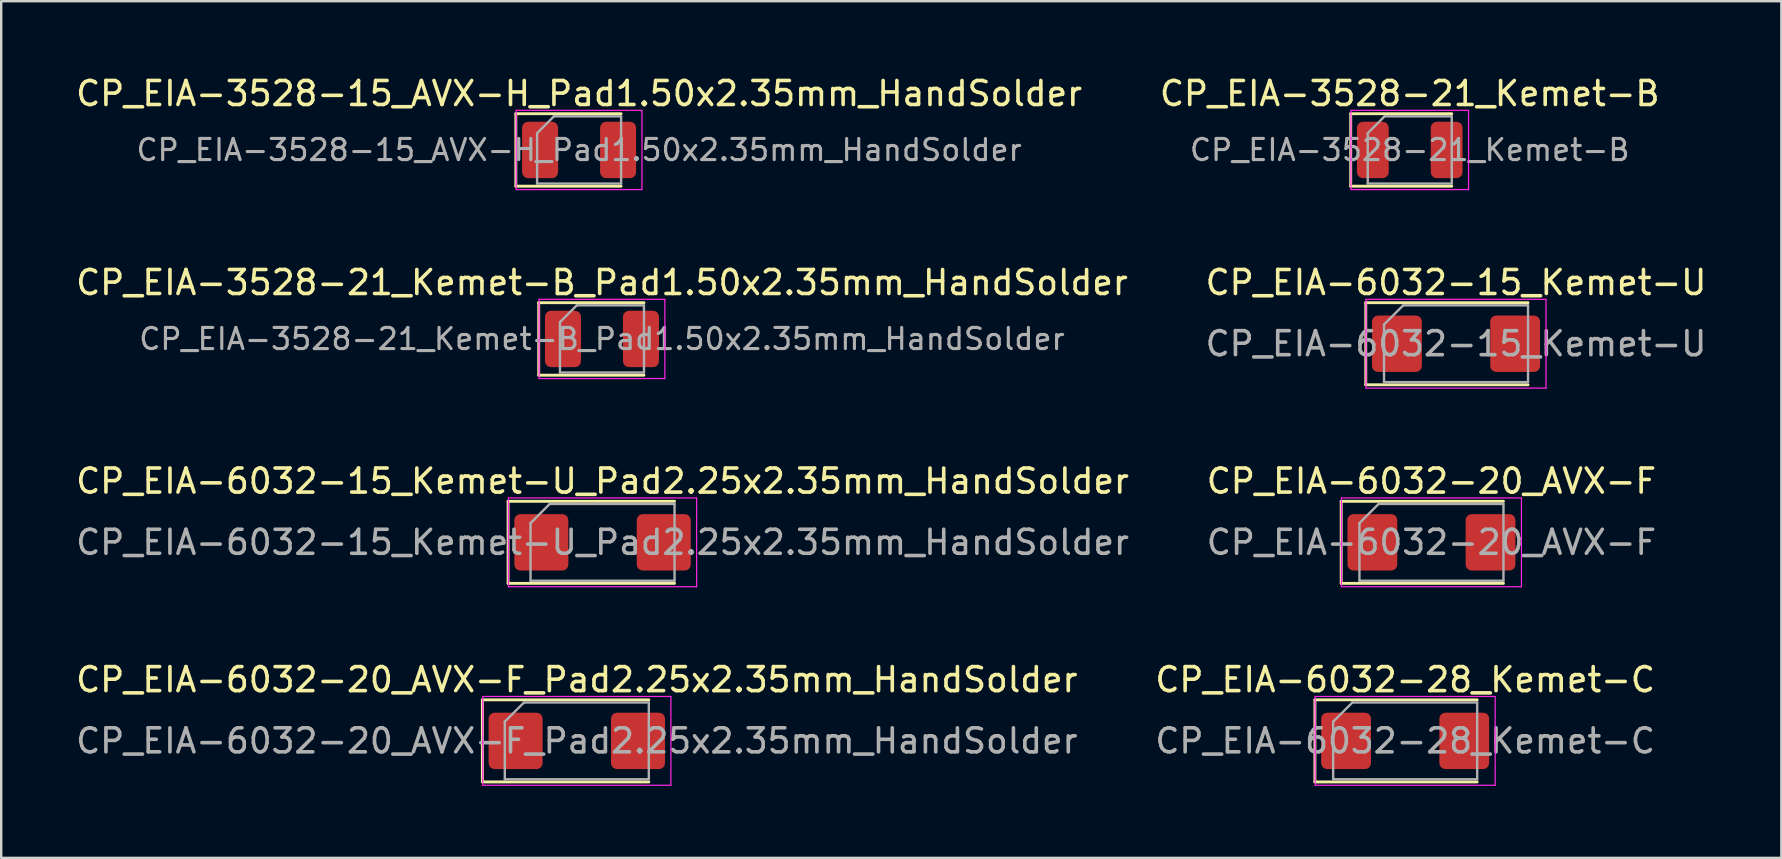
<source format=kicad_pcb>
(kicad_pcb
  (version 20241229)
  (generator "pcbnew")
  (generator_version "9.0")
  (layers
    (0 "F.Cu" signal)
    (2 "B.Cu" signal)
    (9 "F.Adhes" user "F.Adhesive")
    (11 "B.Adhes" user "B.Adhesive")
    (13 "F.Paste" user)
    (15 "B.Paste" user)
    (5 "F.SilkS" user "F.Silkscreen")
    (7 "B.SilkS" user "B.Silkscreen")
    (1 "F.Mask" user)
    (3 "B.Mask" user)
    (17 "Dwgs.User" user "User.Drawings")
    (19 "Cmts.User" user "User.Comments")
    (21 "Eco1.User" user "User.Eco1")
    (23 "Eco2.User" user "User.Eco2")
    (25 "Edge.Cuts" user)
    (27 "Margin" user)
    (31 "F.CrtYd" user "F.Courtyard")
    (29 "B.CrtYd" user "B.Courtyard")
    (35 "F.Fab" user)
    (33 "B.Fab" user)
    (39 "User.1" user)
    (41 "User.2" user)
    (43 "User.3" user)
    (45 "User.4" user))
  (footprint "CP_EIA-6032-28_Kemet-C"
    (layer "F.Cu")
    (at 55.494 27.818)
    (property "Reference" "CP_EIA-6032-28_Kemet-C" (at 0 -2.55 0) (layer "F.SilkS") (effects (font (size 1 1) (thickness 0.15))))
    (attr smd)
    (fp_line (start -3.76 -1.71) (end -3.76 1.71) (stroke (width 0.12) (type solid)) (layer "F.SilkS"))
    (fp_line (start -3.76 1.71) (end 3 1.71) (stroke (width 0.12) (type solid)) (layer "F.SilkS"))
    (fp_line (start 3 -1.71) (end -3.76 -1.71) (stroke (width 0.12) (type solid)) (layer "F.SilkS"))
    (fp_line (start -3.75 -1.85) (end 3.75 -1.85) (stroke (width 0.05) (type solid)) (layer "F.CrtYd"))
    (fp_line (start -3.75 1.85) (end -3.75 -1.85) (stroke (width 0.05) (type solid)) (layer "F.CrtYd"))
    (fp_line (start 3.75 -1.85) (end 3.75 1.85) (stroke (width 0.05) (type solid)) (layer "F.CrtYd"))
    (fp_line (start 3.75 1.85) (end -3.75 1.85) (stroke (width 0.05) (type solid)) (layer "F.CrtYd"))
    (fp_line (start -3 -0.8) (end -3 1.6) (stroke (width 0.1) (type solid)) (layer "F.Fab"))
    (fp_line (start -3 1.6) (end 3 1.6) (stroke (width 0.1) (type solid)) (layer "F.Fab"))
    (fp_line (start -2.2 -1.6) (end -3 -0.8) (stroke (width 0.1) (type solid)) (layer "F.Fab"))
    (fp_line (start 3 -1.6) (end -2.2 -1.6) (stroke (width 0.1) (type solid)) (layer "F.Fab"))
    (fp_line (start 3 1.6) (end 3 -1.6) (stroke (width 0.1) (type solid)) (layer "F.Fab"))
    (fp_text user "${REFERENCE}" (at 0 0 0) (layer "F.Fab") (effects (font (size 1 1) (thickness 0.15))))
    (pad "1" smd roundrect (at -2.462 0) (size 2.075 2.35) (layers "F.Cu" "F.Mask" "F.Paste") (roundrect_rratio 0.12))
    (pad "2" smd roundrect (at 2.462 0) (size 2.075 2.35) (layers "F.Cu" "F.Mask" "F.Paste") (roundrect_rratio 0.12)))
  (footprint "CP_EIA-3528-21_Kemet-B_Pad1.50x2.35mm_HandSolder"
    (layer "F.Cu")
    (at 22.03 11.072)
    (property "Reference" "CP_EIA-3528-21_Kemet-B_Pad1.50x2.35mm_HandSolder" (at 0 -2.35 0) (layer "F.SilkS") (effects (font (size 1 1) (thickness 0.15))))
    (attr smd)
    (fp_line (start -2.635 -1.51) (end -2.635 1.51) (stroke (width 0.12) (type solid)) (layer "F.SilkS"))
    (fp_line (start -2.635 1.51) (end 1.75 1.51) (stroke (width 0.12) (type solid)) (layer "F.SilkS"))
    (fp_line (start 1.75 -1.51) (end -2.635 -1.51) (stroke (width 0.12) (type solid)) (layer "F.SilkS"))
    (fp_line (start -2.62 -1.65) (end 2.62 -1.65) (stroke (width 0.05) (type solid)) (layer "F.CrtYd"))
    (fp_line (start -2.62 1.65) (end -2.62 -1.65) (stroke (width 0.05) (type solid)) (layer "F.CrtYd"))
    (fp_line (start 2.62 -1.65) (end 2.62 1.65) (stroke (width 0.05) (type solid)) (layer "F.CrtYd"))
    (fp_line (start 2.62 1.65) (end -2.62 1.65) (stroke (width 0.05) (type solid)) (layer "F.CrtYd"))
    (fp_line (start -1.75 -0.7) (end -1.75 1.4) (stroke (width 0.1) (type solid)) (layer "F.Fab"))
    (fp_line (start -1.75 1.4) (end 1.75 1.4) (stroke (width 0.1) (type solid)) (layer "F.Fab"))
    (fp_line (start -1.05 -1.4) (end -1.75 -0.7) (stroke (width 0.1) (type solid)) (layer "F.Fab"))
    (fp_line (start 1.75 -1.4) (end -1.05 -1.4) (stroke (width 0.1) (type solid)) (layer "F.Fab"))
    (fp_line (start 1.75 1.4) (end 1.75 -1.4) (stroke (width 0.1) (type solid)) (layer "F.Fab"))
    (fp_text user "${REFERENCE}" (at 0 0 0) (layer "F.Fab") (effects (font (size 0.88 0.88) (thickness 0.13))))
    (pad "1" smd roundrect (at -1.625 0) (size 1.5 2.35) (layers "F.Cu" "F.Mask" "F.Paste") (roundrect_rratio 0.167))
    (pad "2" smd roundrect (at 1.625 0) (size 1.5 2.35) (layers "F.Cu" "F.Mask" "F.Paste") (roundrect_rratio 0.167)))
  (footprint "CP_EIA-6032-20_AVX-F"
    (layer "F.Cu")
    (at 56.589 19.545)
    (property "Reference" "CP_EIA-6032-20_AVX-F" (at 0 -2.55 0) (layer "F.SilkS") (effects (font (size 1 1) (thickness 0.15))))
    (attr smd)
    (fp_line (start -3.76 -1.71) (end -3.76 1.71) (stroke (width 0.12) (type solid)) (layer "F.SilkS"))
    (fp_line (start -3.76 1.71) (end 3 1.71) (stroke (width 0.12) (type solid)) (layer "F.SilkS"))
    (fp_line (start 3 -1.71) (end -3.76 -1.71) (stroke (width 0.12) (type solid)) (layer "F.SilkS"))
    (fp_line (start -3.75 -1.85) (end 3.75 -1.85) (stroke (width 0.05) (type solid)) (layer "F.CrtYd"))
    (fp_line (start -3.75 1.85) (end -3.75 -1.85) (stroke (width 0.05) (type solid)) (layer "F.CrtYd"))
    (fp_line (start 3.75 -1.85) (end 3.75 1.85) (stroke (width 0.05) (type solid)) (layer "F.CrtYd"))
    (fp_line (start 3.75 1.85) (end -3.75 1.85) (stroke (width 0.05) (type solid)) (layer "F.CrtYd"))
    (fp_line (start -3 -0.8) (end -3 1.6) (stroke (width 0.1) (type solid)) (layer "F.Fab"))
    (fp_line (start -3 1.6) (end 3 1.6) (stroke (width 0.1) (type solid)) (layer "F.Fab"))
    (fp_line (start -2.2 -1.6) (end -3 -0.8) (stroke (width 0.1) (type solid)) (layer "F.Fab"))
    (fp_line (start 3 -1.6) (end -2.2 -1.6) (stroke (width 0.1) (type solid)) (layer "F.Fab"))
    (fp_line (start 3 1.6) (end 3 -1.6) (stroke (width 0.1) (type solid)) (layer "F.Fab"))
    (fp_text user "${REFERENCE}" (at 0 0 0) (layer "F.Fab") (effects (font (size 1 1) (thickness 0.15))))
    (pad "1" smd roundrect (at -2.462 0) (size 2.075 2.35) (layers "F.Cu" "F.Mask" "F.Paste") (roundrect_rratio 0.12))
    (pad "2" smd roundrect (at 2.462 0) (size 2.075 2.35) (layers "F.Cu" "F.Mask" "F.Paste") (roundrect_rratio 0.12)))
  (footprint "CP_EIA-6032-20_AVX-F_Pad2.25x2.35mm_HandSolder"
    (layer "F.Cu")
    (at 20.982 27.818)
    (property "Reference" "CP_EIA-6032-20_AVX-F_Pad2.25x2.35mm_HandSolder" (at 0 -2.55 0) (layer "F.SilkS") (effects (font (size 1 1) (thickness 0.15))))
    (attr smd)
    (fp_line (start -3.935 -1.71) (end -3.935 1.71) (stroke (width 0.12) (type solid)) (layer "F.SilkS"))
    (fp_line (start -3.935 1.71) (end 3 1.71) (stroke (width 0.12) (type solid)) (layer "F.SilkS"))
    (fp_line (start 3 -1.71) (end -3.935 -1.71) (stroke (width 0.12) (type solid)) (layer "F.SilkS"))
    (fp_line (start -3.92 -1.85) (end 3.92 -1.85) (stroke (width 0.05) (type solid)) (layer "F.CrtYd"))
    (fp_line (start -3.92 1.85) (end -3.92 -1.85) (stroke (width 0.05) (type solid)) (layer "F.CrtYd"))
    (fp_line (start 3.92 -1.85) (end 3.92 1.85) (stroke (width 0.05) (type solid)) (layer "F.CrtYd"))
    (fp_line (start 3.92 1.85) (end -3.92 1.85) (stroke (width 0.05) (type solid)) (layer "F.CrtYd"))
    (fp_line (start -3 -0.8) (end -3 1.6) (stroke (width 0.1) (type solid)) (layer "F.Fab"))
    (fp_line (start -3 1.6) (end 3 1.6) (stroke (width 0.1) (type solid)) (layer "F.Fab"))
    (fp_line (start -2.2 -1.6) (end -3 -0.8) (stroke (width 0.1) (type solid)) (layer "F.Fab"))
    (fp_line (start 3 -1.6) (end -2.2 -1.6) (stroke (width 0.1) (type solid)) (layer "F.Fab"))
    (fp_line (start 3 1.6) (end 3 -1.6) (stroke (width 0.1) (type solid)) (layer "F.Fab"))
    (fp_text user "${REFERENCE}" (at 0 0 0) (layer "F.Fab") (effects (font (size 1 1) (thickness 0.15))))
    (pad "1" smd roundrect (at -2.55 0) (size 2.25 2.35) (layers "F.Cu" "F.Mask" "F.Paste") (roundrect_rratio 0.111))
    (pad "2" smd roundrect (at 2.55 0) (size 2.25 2.35) (layers "F.Cu" "F.Mask" "F.Paste") (roundrect_rratio 0.111)))
  (footprint "CP_EIA-6032-15_Kemet-U_Pad2.25x2.35mm_HandSolder"
    (layer "F.Cu")
    (at 22.054 19.545)
    (property "Reference" "CP_EIA-6032-15_Kemet-U_Pad2.25x2.35mm_HandSolder" (at 0 -2.55 0) (layer "F.SilkS") (effects (font (size 1 1) (thickness 0.15))))
    (attr smd)
    (fp_line (start -3.935 -1.71) (end -3.935 1.71) (stroke (width 0.12) (type solid)) (layer "F.SilkS"))
    (fp_line (start -3.935 1.71) (end 3 1.71) (stroke (width 0.12) (type solid)) (layer "F.SilkS"))
    (fp_line (start 3 -1.71) (end -3.935 -1.71) (stroke (width 0.12) (type solid)) (layer "F.SilkS"))
    (fp_line (start -3.92 -1.85) (end 3.92 -1.85) (stroke (width 0.05) (type solid)) (layer "F.CrtYd"))
    (fp_line (start -3.92 1.85) (end -3.92 -1.85) (stroke (width 0.05) (type solid)) (layer "F.CrtYd"))
    (fp_line (start 3.92 -1.85) (end 3.92 1.85) (stroke (width 0.05) (type solid)) (layer "F.CrtYd"))
    (fp_line (start 3.92 1.85) (end -3.92 1.85) (stroke (width 0.05) (type solid)) (layer "F.CrtYd"))
    (fp_line (start -3 -0.8) (end -3 1.6) (stroke (width 0.1) (type solid)) (layer "F.Fab"))
    (fp_line (start -3 1.6) (end 3 1.6) (stroke (width 0.1) (type solid)) (layer "F.Fab"))
    (fp_line (start -2.2 -1.6) (end -3 -0.8) (stroke (width 0.1) (type solid)) (layer "F.Fab"))
    (fp_line (start 3 -1.6) (end -2.2 -1.6) (stroke (width 0.1) (type solid)) (layer "F.Fab"))
    (fp_line (start 3 1.6) (end 3 -1.6) (stroke (width 0.1) (type solid)) (layer "F.Fab"))
    (fp_text user "${REFERENCE}" (at 0 0 0) (layer "F.Fab") (effects (font (size 1 1) (thickness 0.15))))
    (pad "1" smd roundrect (at -2.55 0) (size 2.25 2.35) (layers "F.Cu" "F.Mask" "F.Paste") (roundrect_rratio 0.111))
    (pad "2" smd roundrect (at 2.55 0) (size 2.25 2.35) (layers "F.Cu" "F.Mask" "F.Paste") (roundrect_rratio 0.111)))
  (footprint "CP_EIA-6032-15_Kemet-U"
    (layer "F.Cu")
    (at 57.613 11.271)
    (property "Reference" "CP_EIA-6032-15_Kemet-U" (at 0 -2.55 0) (layer "F.SilkS") (effects (font (size 1 1) (thickness 0.15))))
    (attr smd)
    (fp_line (start -3.76 -1.71) (end -3.76 1.71) (stroke (width 0.12) (type solid)) (layer "F.SilkS"))
    (fp_line (start -3.76 1.71) (end 3 1.71) (stroke (width 0.12) (type solid)) (layer "F.SilkS"))
    (fp_line (start 3 -1.71) (end -3.76 -1.71) (stroke (width 0.12) (type solid)) (layer "F.SilkS"))
    (fp_line (start -3.75 -1.85) (end 3.75 -1.85) (stroke (width 0.05) (type solid)) (layer "F.CrtYd"))
    (fp_line (start -3.75 1.85) (end -3.75 -1.85) (stroke (width 0.05) (type solid)) (layer "F.CrtYd"))
    (fp_line (start 3.75 -1.85) (end 3.75 1.85) (stroke (width 0.05) (type solid)) (layer "F.CrtYd"))
    (fp_line (start 3.75 1.85) (end -3.75 1.85) (stroke (width 0.05) (type solid)) (layer "F.CrtYd"))
    (fp_line (start -3 -0.8) (end -3 1.6) (stroke (width 0.1) (type solid)) (layer "F.Fab"))
    (fp_line (start -3 1.6) (end 3 1.6) (stroke (width 0.1) (type solid)) (layer "F.Fab"))
    (fp_line (start -2.2 -1.6) (end -3 -0.8) (stroke (width 0.1) (type solid)) (layer "F.Fab"))
    (fp_line (start 3 -1.6) (end -2.2 -1.6) (stroke (width 0.1) (type solid)) (layer "F.Fab"))
    (fp_line (start 3 1.6) (end 3 -1.6) (stroke (width 0.1) (type solid)) (layer "F.Fab"))
    (fp_text user "${REFERENCE}" (at 0 0 0) (layer "F.Fab") (effects (font (size 1 1) (thickness 0.15))))
    (pad "1" smd roundrect (at -2.462 0) (size 2.075 2.35) (layers "F.Cu" "F.Mask" "F.Paste") (roundrect_rratio 0.12))
    (pad "2" smd roundrect (at 2.462 0) (size 2.075 2.35) (layers "F.Cu" "F.Mask" "F.Paste") (roundrect_rratio 0.12)))
  (footprint "CP_EIA-3528-15_AVX-H_Pad1.50x2.35mm_HandSolder"
    (layer "F.Cu")
    (at 21.077 3.198)
    (property "Reference" "CP_EIA-3528-15_AVX-H_Pad1.50x2.35mm_HandSolder" (at 0 -2.35 0) (layer "F.SilkS") (effects (font (size 1 1) (thickness 0.15))))
    (attr smd)
    (fp_line (start -2.635 -1.51) (end -2.635 1.51) (stroke (width 0.12) (type solid)) (layer "F.SilkS"))
    (fp_line (start -2.635 1.51) (end 1.75 1.51) (stroke (width 0.12) (type solid)) (layer "F.SilkS"))
    (fp_line (start 1.75 -1.51) (end -2.635 -1.51) (stroke (width 0.12) (type solid)) (layer "F.SilkS"))
    (fp_line (start -2.62 -1.65) (end 2.62 -1.65) (stroke (width 0.05) (type solid)) (layer "F.CrtYd"))
    (fp_line (start -2.62 1.65) (end -2.62 -1.65) (stroke (width 0.05) (type solid)) (layer "F.CrtYd"))
    (fp_line (start 2.62 -1.65) (end 2.62 1.65) (stroke (width 0.05) (type solid)) (layer "F.CrtYd"))
    (fp_line (start 2.62 1.65) (end -2.62 1.65) (stroke (width 0.05) (type solid)) (layer "F.CrtYd"))
    (fp_line (start -1.75 -0.7) (end -1.75 1.4) (stroke (width 0.1) (type solid)) (layer "F.Fab"))
    (fp_line (start -1.75 1.4) (end 1.75 1.4) (stroke (width 0.1) (type solid)) (layer "F.Fab"))
    (fp_line (start -1.05 -1.4) (end -1.75 -0.7) (stroke (width 0.1) (type solid)) (layer "F.Fab"))
    (fp_line (start 1.75 -1.4) (end -1.05 -1.4) (stroke (width 0.1) (type solid)) (layer "F.Fab"))
    (fp_line (start 1.75 1.4) (end 1.75 -1.4) (stroke (width 0.1) (type solid)) (layer "F.Fab"))
    (fp_text user "${REFERENCE}" (at 0 0 0) (layer "F.Fab") (effects (font (size 0.88 0.88) (thickness 0.13))))
    (pad "1" smd roundrect (at -1.625 0) (size 1.5 2.35) (layers "F.Cu" "F.Mask" "F.Paste") (roundrect_rratio 0.167))
    (pad "2" smd roundrect (at 1.625 0) (size 1.5 2.35) (layers "F.Cu" "F.Mask" "F.Paste") (roundrect_rratio 0.167)))
  (footprint "CP_EIA-3528-21_Kemet-B"
    (layer "F.Cu")
    (at 55.685 3.198)
    (property "Reference" "CP_EIA-3528-21_Kemet-B" (at 0 -2.35 0) (layer "F.SilkS") (effects (font (size 1 1) (thickness 0.15))))
    (attr smd)
    (fp_line (start -2.46 -1.51) (end -2.46 1.51) (stroke (width 0.12) (type solid)) (layer "F.SilkS"))
    (fp_line (start -2.46 1.51) (end 1.75 1.51) (stroke (width 0.12) (type solid)) (layer "F.SilkS"))
    (fp_line (start 1.75 -1.51) (end -2.46 -1.51) (stroke (width 0.12) (type solid)) (layer "F.SilkS"))
    (fp_line (start -2.45 -1.65) (end 2.45 -1.65) (stroke (width 0.05) (type solid)) (layer "F.CrtYd"))
    (fp_line (start -2.45 1.65) (end -2.45 -1.65) (stroke (width 0.05) (type solid)) (layer "F.CrtYd"))
    (fp_line (start 2.45 -1.65) (end 2.45 1.65) (stroke (width 0.05) (type solid)) (layer "F.CrtYd"))
    (fp_line (start 2.45 1.65) (end -2.45 1.65) (stroke (width 0.05) (type solid)) (layer "F.CrtYd"))
    (fp_line (start -1.75 -0.7) (end -1.75 1.4) (stroke (width 0.1) (type solid)) (layer "F.Fab"))
    (fp_line (start -1.75 1.4) (end 1.75 1.4) (stroke (width 0.1) (type solid)) (layer "F.Fab"))
    (fp_line (start -1.05 -1.4) (end -1.75 -0.7) (stroke (width 0.1) (type solid)) (layer "F.Fab"))
    (fp_line (start 1.75 -1.4) (end -1.05 -1.4) (stroke (width 0.1) (type solid)) (layer "F.Fab"))
    (fp_line (start 1.75 1.4) (end 1.75 -1.4) (stroke (width 0.1) (type solid)) (layer "F.Fab"))
    (fp_text user "${REFERENCE}" (at 0 0 0) (layer "F.Fab") (effects (font (size 0.88 0.88) (thickness 0.13))))
    (pad "1" smd roundrect (at -1.538 0) (size 1.325 2.35) (layers "F.Cu" "F.Mask" "F.Paste") (roundrect_rratio 0.189))
    (pad "2" smd roundrect (at 1.538 0) (size 1.325 2.35) (layers "F.Cu" "F.Mask" "F.Paste") (roundrect_rratio 0.189)))
  (gr_rect
    (start -3 -3)
    (end 71.167 32.693)
    (stroke (width 0.1) (type default))
    (fill no)
    (layer "Edge.Cuts")))
</source>
